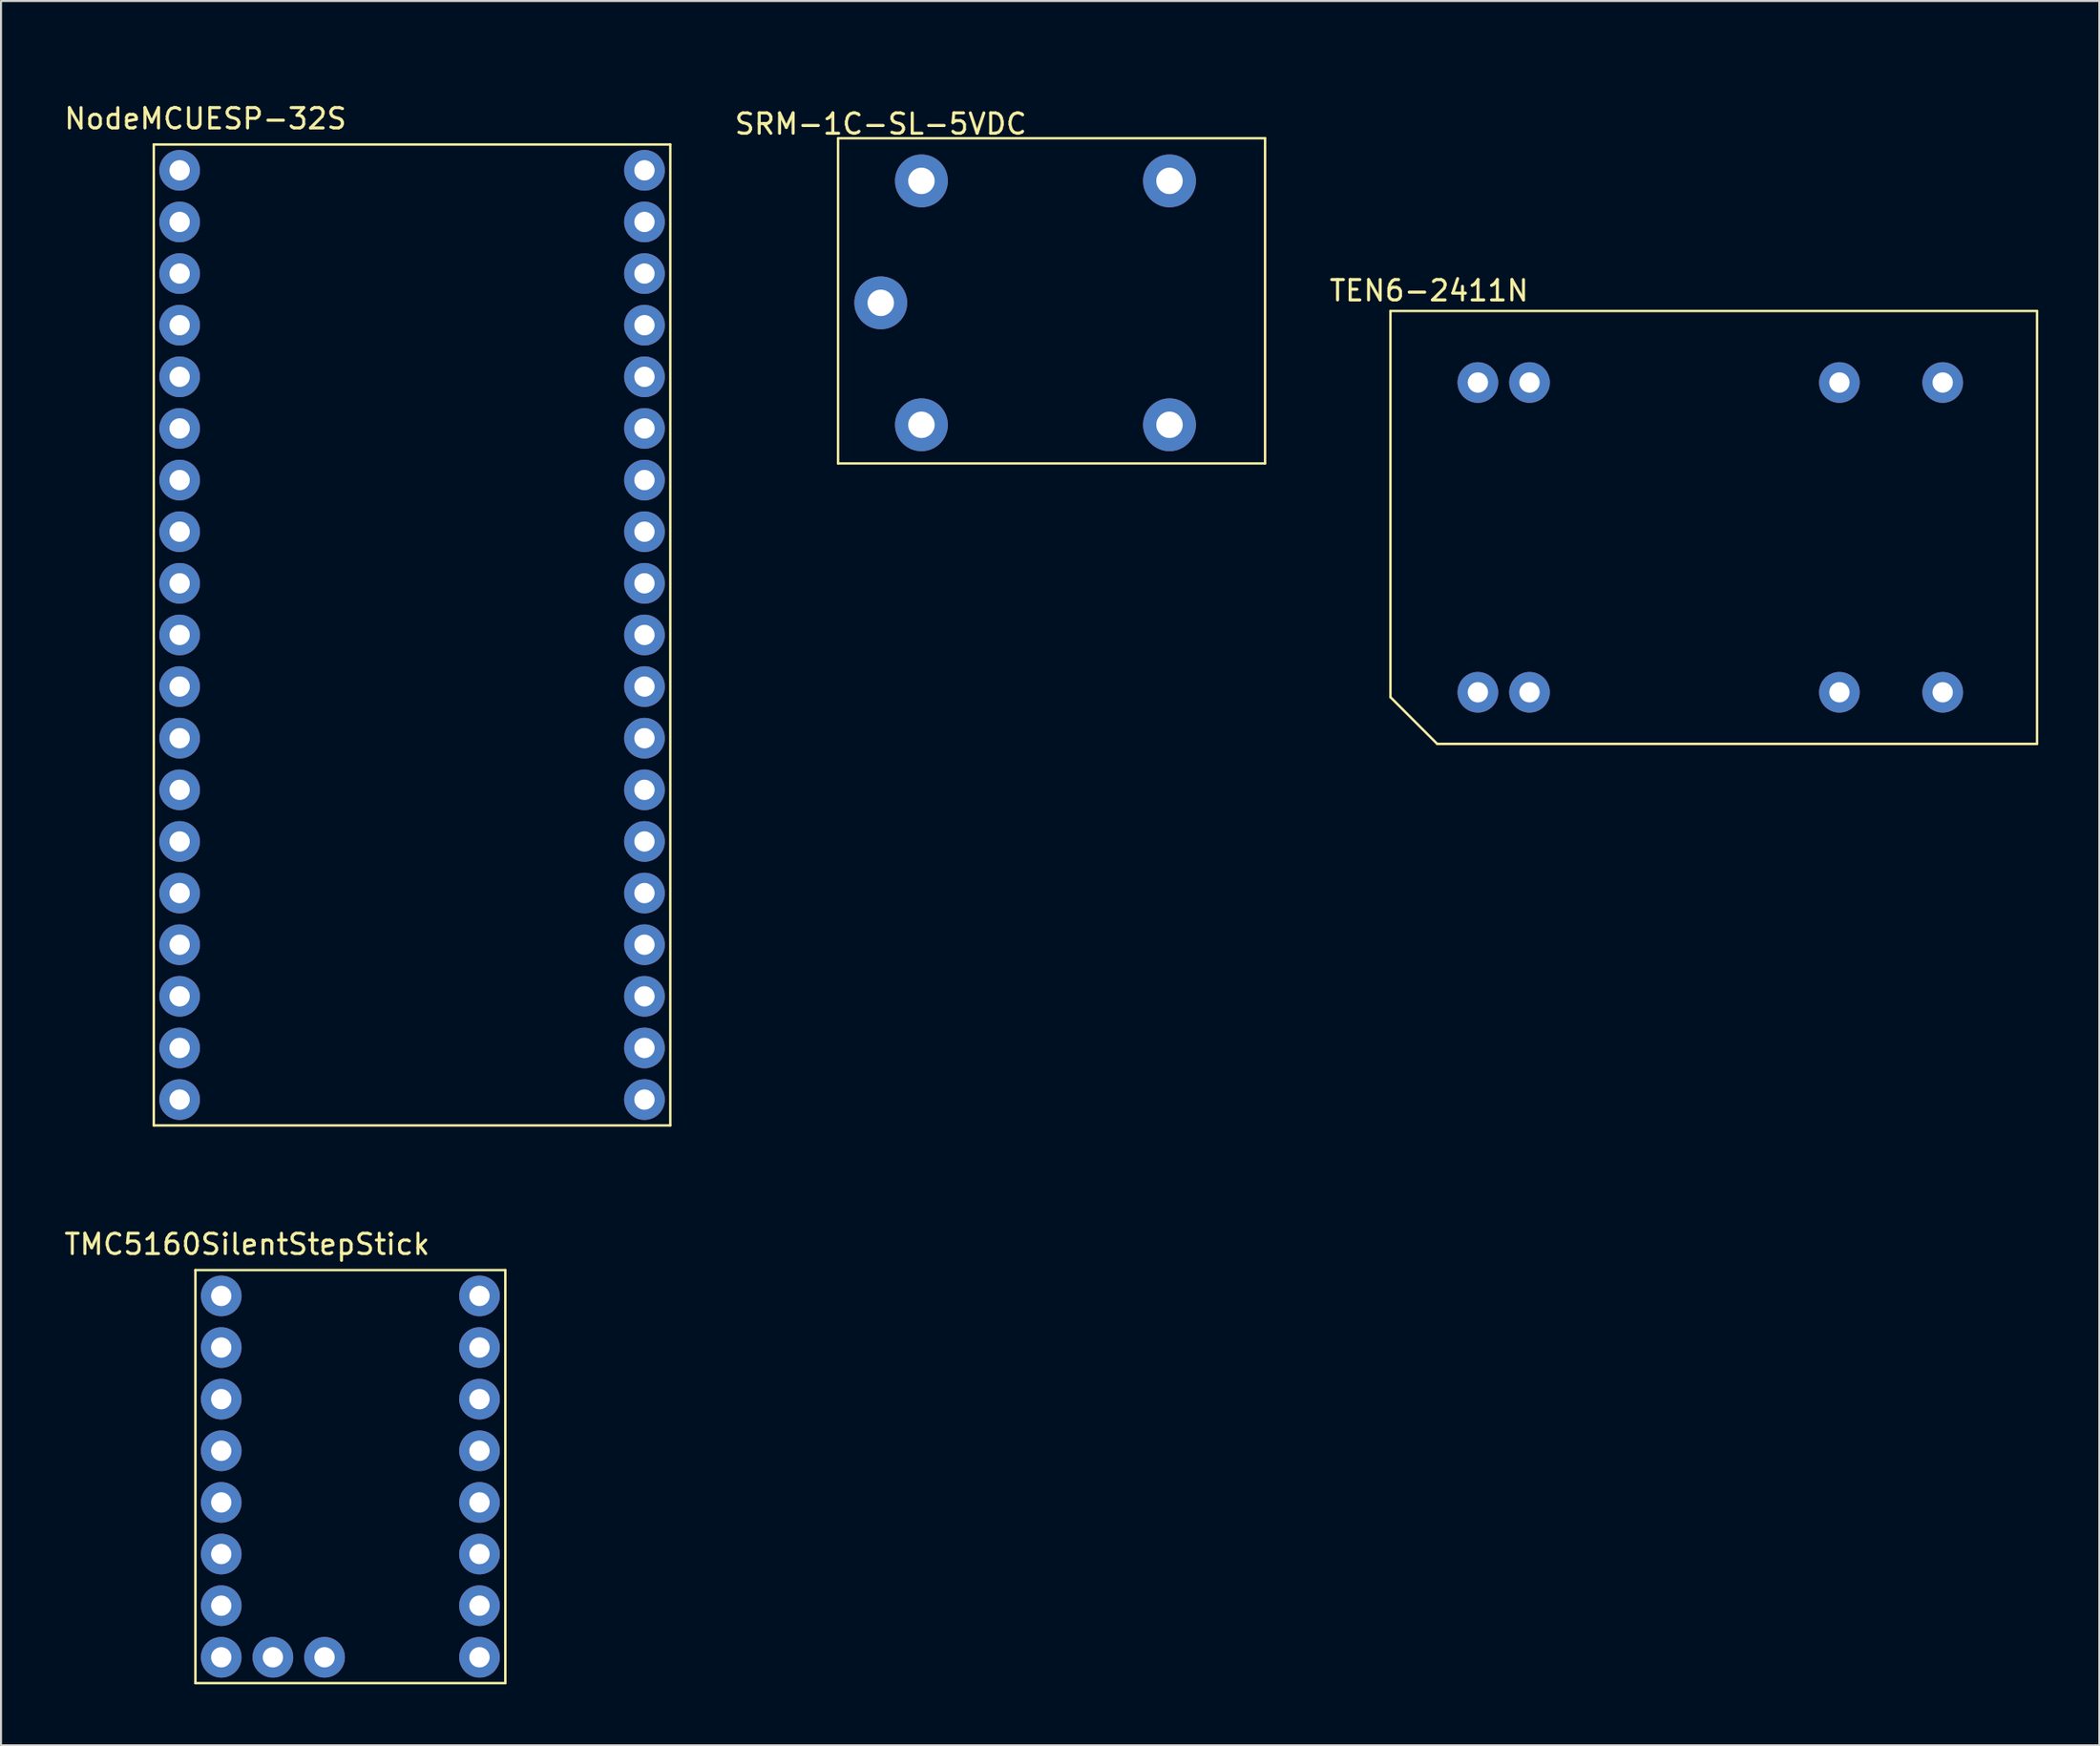
<source format=kicad_pcb>
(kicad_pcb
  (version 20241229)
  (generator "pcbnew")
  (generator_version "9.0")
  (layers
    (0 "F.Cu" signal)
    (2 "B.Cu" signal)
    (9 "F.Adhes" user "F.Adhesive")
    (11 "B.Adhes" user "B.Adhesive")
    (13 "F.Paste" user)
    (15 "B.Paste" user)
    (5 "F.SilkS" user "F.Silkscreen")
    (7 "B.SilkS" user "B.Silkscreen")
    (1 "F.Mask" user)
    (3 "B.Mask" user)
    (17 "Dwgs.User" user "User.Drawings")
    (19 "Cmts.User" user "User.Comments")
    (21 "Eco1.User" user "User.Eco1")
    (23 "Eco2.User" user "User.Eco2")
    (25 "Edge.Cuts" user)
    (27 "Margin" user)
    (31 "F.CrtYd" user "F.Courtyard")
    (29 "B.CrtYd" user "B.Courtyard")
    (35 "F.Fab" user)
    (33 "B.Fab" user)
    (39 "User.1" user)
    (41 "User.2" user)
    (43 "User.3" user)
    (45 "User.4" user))
  (footprint "TEN6-2411N"
    (layer "F.Cu")
    (at 80.931 0.25)
    (property "Reference" "TEN6-2411N" (at -13.7 11 0) (layer "F.SilkS") (effects (font (size 1 1) (thickness 0.15))))
    (attr through_hole)
    (fp_line (start -15.6 31) (end -15.6 12) (stroke (width 0.12) (type solid)) (layer "F.SilkS"))
    (fp_line (start -15.6 31) (end -13.3 33.3) (stroke (width 0.12) (type solid)) (layer "F.SilkS"))
    (fp_line (start 16.2 12) (end -15.6 12) (stroke (width 0.12) (type solid)) (layer "F.SilkS"))
    (fp_line (start 16.2 12) (end 16.2 33.3) (stroke (width 0.12) (type solid)) (layer "F.SilkS"))
    (fp_line (start 16.2 33.3) (end -13.3 33.3) (stroke (width 0.12) (type solid)) (layer "F.SilkS"))
    (pad "2" thru_hole circle (at -11.3 30.76) (size 2 2) (drill 1) (layers "*.Cu" "*.Mask"))
    (pad "3" thru_hole circle (at -8.76 30.76) (size 2 2) (drill 1) (layers "*.Cu" "*.Mask"))
    (pad "9" thru_hole circle (at 6.48 30.76) (size 2 2) (drill 1) (layers "*.Cu" "*.Mask"))
    (pad "11" thru_hole circle (at 11.56 30.76) (size 2 2) (drill 1) (layers "*.Cu" "*.Mask"))
    (pad "14" thru_hole circle (at 11.56 15.52) (size 2 2) (drill 1) (layers "*.Cu" "*.Mask"))
    (pad "16" thru_hole circle (at 6.48 15.52) (size 2 2) (drill 1) (layers "*.Cu" "*.Mask"))
    (pad "22" thru_hole circle (at -8.76 15.52) (size 2 2) (drill 1) (layers "*.Cu" "*.Mask"))
    (pad "23" thru_hole circle (at -11.3 15.52) (size 2 2) (drill 1) (layers "*.Cu" "*.Mask")))
  (footprint "TMC5160SilentStepStick"
    (layer "F.Cu")
    (at 12.911 55.63)
    (property "Reference" "TMC5160SilentStepStick" (at -3.81 2.54 0) (layer "F.SilkS") (effects (font (size 1 1) (thickness 0.15))))
    (attr through_hole)
    (fp_line (start -6.35 3.81) (end 8.89 3.81) (stroke (width 0.12) (type solid)) (layer "F.SilkS"))
    (fp_line (start -6.35 24.13) (end -6.35 3.81) (stroke (width 0.12) (type solid)) (layer "F.SilkS"))
    (fp_line (start 8.89 3.81) (end 8.89 24.13) (stroke (width 0.12) (type solid)) (layer "F.SilkS"))
    (fp_line (start 8.89 24.13) (end -6.35 24.13) (stroke (width 0.12) (type solid)) (layer "F.SilkS"))
    (pad "1" thru_hole circle (at -5.08 5.08) (size 2 2) (drill 1) (layers "*.Cu" "*.Mask"))
    (pad "2" thru_hole circle (at -5.08 7.62) (size 2 2) (drill 1) (layers "*.Cu" "*.Mask"))
    (pad "3" thru_hole circle (at -5.08 10.16) (size 2 2) (drill 1) (layers "*.Cu" "*.Mask"))
    (pad "4" thru_hole circle (at -5.08 12.7) (size 2 2) (drill 1) (layers "*.Cu" "*.Mask"))
    (pad "5" thru_hole circle (at -5.08 15.24) (size 2 2) (drill 1) (layers "*.Cu" "*.Mask"))
    (pad "6" thru_hole circle (at -5.08 17.78) (size 2 2) (drill 1) (layers "*.Cu" "*.Mask"))
    (pad "7" thru_hole circle (at -5.08 20.32) (size 2 2) (drill 1) (layers "*.Cu" "*.Mask"))
    (pad "8" thru_hole circle (at -5.08 22.86) (size 2 2) (drill 1) (layers "*.Cu" "*.Mask"))
    (pad "9" thru_hole circle (at 7.62 5.08) (size 2 2) (drill 1) (layers "*.Cu" "*.Mask"))
    (pad "10" thru_hole circle (at 7.62 7.62) (size 2 2) (drill 1) (layers "*.Cu" "*.Mask"))
    (pad "11" thru_hole circle (at 7.62 10.16) (size 2 2) (drill 1) (layers "*.Cu" "*.Mask"))
    (pad "12" thru_hole circle (at 7.62 12.7) (size 2 2) (drill 1) (layers "*.Cu" "*.Mask"))
    (pad "13" thru_hole circle (at 7.62 15.24) (size 2 2) (drill 1) (layers "*.Cu" "*.Mask"))
    (pad "14" thru_hole circle (at 7.62 17.78) (size 2 2) (drill 1) (layers "*.Cu" "*.Mask"))
    (pad "15" thru_hole circle (at 7.62 20.32) (size 2 2) (drill 1) (layers "*.Cu" "*.Mask"))
    (pad "16" thru_hole circle (at 7.62 22.86) (size 2 2) (drill 1) (layers "*.Cu" "*.Mask"))
    (pad "17" thru_hole circle (at -2.54 22.86) (size 2 2) (drill 1) (layers "*.Cu" "*.Mask"))
    (pad "18" thru_hole circle (at 0 22.86) (size 2 2) (drill 1) (layers "*.Cu" "*.Mask")))
  (footprint "SRM-1C-SL-5VDC"
    (layer "F.Cu")
    (at 45.465 0.25)
    (property "Reference" "SRM-1C-SL-5VDC" (at -5.2 2.8 0) (layer "F.SilkS") (effects (font (size 1 1) (thickness 0.15))))
    (attr through_hole)
    (fp_line (start -7.3 3.5) (end -7.3 19.5) (stroke (width 0.12) (type solid)) (layer "F.SilkS"))
    (fp_line (start -7.3 19.5) (end 13.7 19.5) (stroke (width 0.12) (type solid)) (layer "F.SilkS"))
    (fp_line (start 13.7 3.5) (end -7.3 3.5) (stroke (width 0.12) (type solid)) (layer "F.SilkS"))
    (fp_line (start 13.7 19.5) (end 13.7 3.5) (stroke (width 0.12) (type solid)) (layer "F.SilkS"))
    (pad "11" thru_hole circle (at -5.2 11.6) (size 2.6 2.6) (drill 1.3) (layers "*.Cu" "*.Mask"))
    (pad "12" thru_hole circle (at 9 5.6) (size 2.6 2.6) (drill 1.3) (layers "*.Cu" "*.Mask"))
    (pad "14" thru_hole circle (at 9 17.6) (size 2.6 2.6) (drill 1.3) (layers "*.Cu" "*.Mask"))
    (pad "A1" thru_hole circle (at -3.2 5.6) (size 2.6 2.6) (drill 1.3) (layers "*.Cu" "*.Mask"))
    (pad "A2" thru_hole circle (at -3.2 17.6) (size 2.6 2.6) (drill 1.3) (layers "*.Cu" "*.Mask")))
  (footprint "NodeMCUESP-32S"
    (layer "F.Cu")
    (at 13.404 0.25)
    (property "Reference" "NodeMCUESP-32S" (at -6.35 2.54 0) (layer "F.SilkS") (effects (font (size 1 1) (thickness 0.15))))
    (attr through_hole)
    (fp_line (start -8.89 3.81) (end 16.51 3.81) (stroke (width 0.12) (type solid)) (layer "F.SilkS"))
    (fp_line (start -8.89 52.07) (end -8.89 3.81) (stroke (width 0.12) (type solid)) (layer "F.SilkS"))
    (fp_line (start 16.51 3.81) (end 16.51 52.07) (stroke (width 0.12) (type solid)) (layer "F.SilkS"))
    (fp_line (start 16.51 52.07) (end -8.89 52.07) (stroke (width 0.12) (type solid)) (layer "F.SilkS"))
    (pad "1" thru_hole circle (at -7.62 5.08) (size 2 2) (drill 1) (layers "*.Cu" "*.Mask"))
    (pad "2" thru_hole circle (at -7.62 7.62) (size 2 2) (drill 1) (layers "*.Cu" "*.Mask"))
    (pad "3" thru_hole circle (at -7.62 10.16) (size 2 2) (drill 1) (layers "*.Cu" "*.Mask"))
    (pad "4" thru_hole circle (at -7.62 12.7) (size 2 2) (drill 1) (layers "*.Cu" "*.Mask"))
    (pad "5" thru_hole circle (at -7.62 15.24) (size 2 2) (drill 1) (layers "*.Cu" "*.Mask"))
    (pad "6" thru_hole circle (at -7.62 17.78) (size 2 2) (drill 1) (layers "*.Cu" "*.Mask"))
    (pad "7" thru_hole circle (at -7.62 20.32) (size 2 2) (drill 1) (layers "*.Cu" "*.Mask"))
    (pad "8" thru_hole circle (at -7.62 22.86) (size 2 2) (drill 1) (layers "*.Cu" "*.Mask"))
    (pad "9" thru_hole circle (at -7.62 25.4) (size 2 2) (drill 1) (layers "*.Cu" "*.Mask"))
    (pad "10" thru_hole circle (at -7.62 27.94) (size 2 2) (drill 1) (layers "*.Cu" "*.Mask"))
    (pad "11" thru_hole circle (at -7.62 30.48) (size 2 2) (drill 1) (layers "*.Cu" "*.Mask"))
    (pad "12" thru_hole circle (at -7.62 33.02) (size 2 2) (drill 1) (layers "*.Cu" "*.Mask"))
    (pad "13" thru_hole circle (at -7.62 35.56) (size 2 2) (drill 1) (layers "*.Cu" "*.Mask"))
    (pad "14" thru_hole circle (at -7.62 38.1) (size 2 2) (drill 1) (layers "*.Cu" "*.Mask"))
    (pad "15" thru_hole circle (at -7.62 40.64) (size 2 2) (drill 1) (layers "*.Cu" "*.Mask"))
    (pad "16" thru_hole circle (at -7.62 43.18) (size 2 2) (drill 1) (layers "*.Cu" "*.Mask"))
    (pad "17" thru_hole circle (at -7.62 45.72) (size 2 2) (drill 1) (layers "*.Cu" "*.Mask"))
    (pad "18" thru_hole circle (at -7.62 48.26) (size 2 2) (drill 1) (layers "*.Cu" "*.Mask"))
    (pad "19" thru_hole circle (at -7.62 50.8) (size 2 2) (drill 1) (layers "*.Cu" "*.Mask"))
    (pad "20" thru_hole circle (at 15.24 50.8) (size 2 2) (drill 1) (layers "*.Cu" "*.Mask"))
    (pad "21" thru_hole circle (at 15.24 48.26) (size 2 2) (drill 1) (layers "*.Cu" "*.Mask"))
    (pad "22" thru_hole circle (at 15.24 45.72) (size 2 2) (drill 1) (layers "*.Cu" "*.Mask"))
    (pad "23" thru_hole circle (at 15.24 43.18) (size 2 2) (drill 1) (layers "*.Cu" "*.Mask"))
    (pad "24" thru_hole circle (at 15.24 40.64) (size 2 2) (drill 1) (layers "*.Cu" "*.Mask"))
    (pad "25" thru_hole circle (at 15.24 38.1) (size 2 2) (drill 1) (layers "*.Cu" "*.Mask"))
    (pad "26" thru_hole circle (at 15.24 35.56) (size 2 2) (drill 1) (layers "*.Cu" "*.Mask"))
    (pad "27" thru_hole circle (at 15.24 33.02) (size 2 2) (drill 1) (layers "*.Cu" "*.Mask"))
    (pad "28" thru_hole circle (at 15.24 30.48) (size 2 2) (drill 1) (layers "*.Cu" "*.Mask"))
    (pad "29" thru_hole circle (at 15.24 27.94) (size 2 2) (drill 1) (layers "*.Cu" "*.Mask"))
    (pad "30" thru_hole circle (at 15.24 25.4) (size 2 2) (drill 1) (layers "*.Cu" "*.Mask"))
    (pad "31" thru_hole circle (at 15.24 22.86) (size 2 2) (drill 1) (layers "*.Cu" "*.Mask"))
    (pad "32" thru_hole circle (at 15.24 20.32) (size 2 2) (drill 1) (layers "*.Cu" "*.Mask"))
    (pad "33" thru_hole circle (at 15.24 17.78) (size 2 2) (drill 1) (layers "*.Cu" "*.Mask"))
    (pad "34" thru_hole circle (at 15.24 15.24) (size 2 2) (drill 1) (layers "*.Cu" "*.Mask"))
    (pad "35" thru_hole circle (at 15.24 12.7) (size 2 2) (drill 1) (layers "*.Cu" "*.Mask"))
    (pad "36" thru_hole circle (at 15.24 10.16) (size 2 2) (drill 1) (layers "*.Cu" "*.Mask"))
    (pad "37" thru_hole circle (at 15.24 7.62) (size 2 2) (drill 1) (layers "*.Cu" "*.Mask"))
    (pad "38" thru_hole circle (at 15.24 5.08) (size 2 2) (drill 1) (layers "*.Cu" "*.Mask")))
  (gr_rect
    (start -3 -3)
    (end 100.191 82.82)
    (stroke (width 0.1) (type default))
    (fill no)
    (layer "Edge.Cuts")))
</source>
